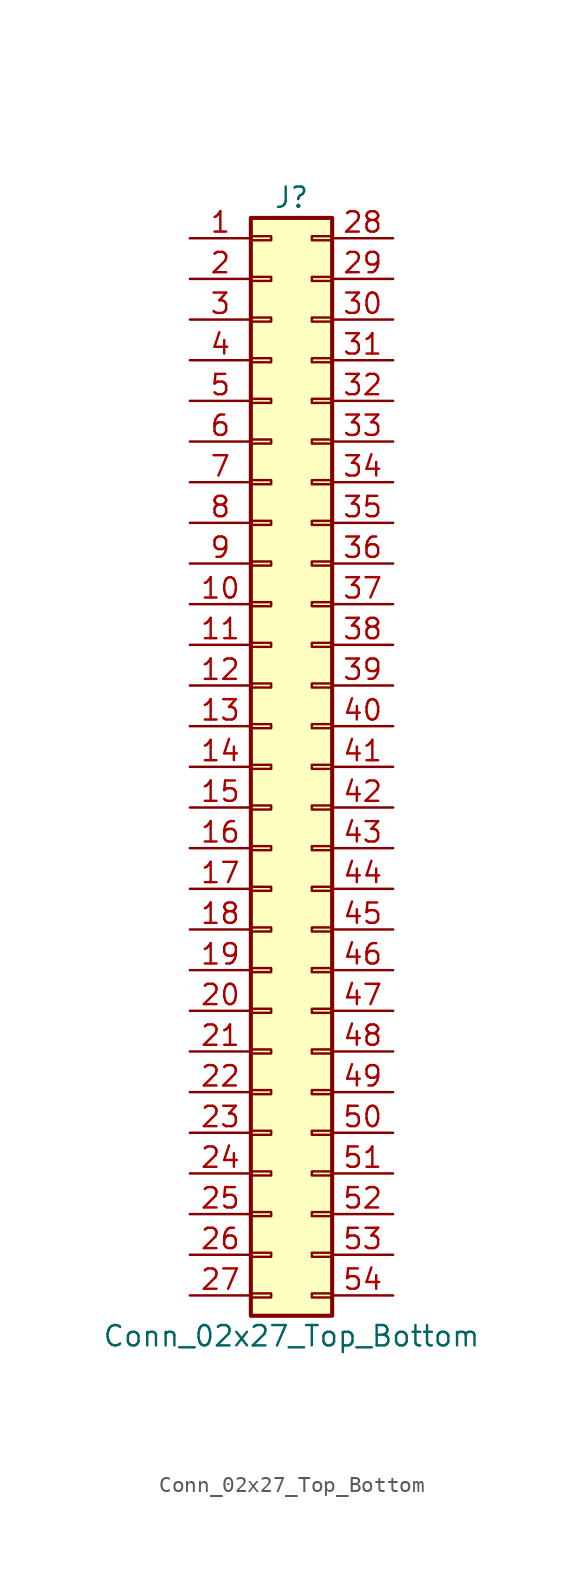
<source format=kicad_sym>
(kicad_symbol_lib
  (version 20201005)
  (generator kicad_symbol_editor)
  (symbol "Conn_02x27_Top_Bottom"
    (pin_names
      (offset 1.016) hide)
    (property "Reference" "J"
      (at 1.27 35.56 0)
      (effects (font (size 1.27 1.27))))
    (property "Value" "Conn_02x27_Top_Bottom"
      (at 1.27 -35.56 0)
      (effects (font (size 1.27 1.27))))
    (symbol "Conn_02x27_Top_Bottom_1_1"
      (rectangle (start -1.27 -32.893) (end 0 -33.147) (stroke (width 0.152)) (fill (type none)))
      (rectangle (start -1.27 -30.353) (end 0 -30.607) (stroke (width 0.152)) (fill (type none)))
      (rectangle (start -1.27 -27.813) (end 0 -28.067) (stroke (width 0.152)) (fill (type none)))
      (rectangle (start -1.27 -25.273) (end 0 -25.527) (stroke (width 0.152)) (fill (type none)))
      (rectangle (start -1.27 -22.733) (end 0 -22.987) (stroke (width 0.152)) (fill (type none)))
      (rectangle (start -1.27 -20.193) (end 0 -20.447) (stroke (width 0.152)) (fill (type none)))
      (rectangle (start -1.27 -17.653) (end 0 -17.907) (stroke (width 0.152)) (fill (type none)))
      (rectangle (start -1.27 -15.113) (end 0 -15.367) (stroke (width 0.152)) (fill (type none)))
      (rectangle (start -1.27 -12.573) (end 0 -12.827) (stroke (width 0.152)) (fill (type none)))
      (rectangle (start -1.27 -10.033) (end 0 -10.287) (stroke (width 0.152)) (fill (type none)))
      (rectangle (start -1.27 -7.493) (end 0 -7.747) (stroke (width 0.152)) (fill (type none)))
      (rectangle (start -1.27 -4.953) (end 0 -5.207) (stroke (width 0.152)) (fill (type none)))
      (rectangle (start -1.27 -2.413) (end 0 -2.667) (stroke (width 0.152)) (fill (type none)))
      (rectangle (start -1.27 0.127) (end 0 -0.127) (stroke (width 0.152)) (fill (type none)))
      (rectangle (start -1.27 2.667) (end 0 2.413) (stroke (width 0.152)) (fill (type none)))
      (rectangle (start -1.27 5.207) (end 0 4.953) (stroke (width 0.152)) (fill (type none)))
      (rectangle (start -1.27 7.747) (end 0 7.493) (stroke (width 0.152)) (fill (type none)))
      (rectangle (start -1.27 10.287) (end 0 10.033) (stroke (width 0.152)) (fill (type none)))
      (rectangle (start -1.27 12.827) (end 0 12.573) (stroke (width 0.152)) (fill (type none)))
      (rectangle (start -1.27 15.367) (end 0 15.113) (stroke (width 0.152)) (fill (type none)))
      (rectangle (start -1.27 17.907) (end 0 17.653) (stroke (width 0.152)) (fill (type none)))
      (rectangle (start -1.27 20.447) (end 0 20.193) (stroke (width 0.152)) (fill (type none)))
      (rectangle (start -1.27 22.987) (end 0 22.733) (stroke (width 0.152)) (fill (type none)))
      (rectangle (start -1.27 25.527) (end 0 25.273) (stroke (width 0.152)) (fill (type none)))
      (rectangle (start -1.27 28.067) (end 0 27.813) (stroke (width 0.152)) (fill (type none)))
      (rectangle (start -1.27 30.607) (end 0 30.353) (stroke (width 0.152)) (fill (type none)))
      (rectangle (start -1.27 33.147) (end 0 32.893) (stroke (width 0.152)) (fill (type none)))
      (rectangle (start 3.81 -32.893) (end 2.54 -33.147) (stroke (width 0.152)) (fill (type none)))
      (rectangle (start 3.81 -30.353) (end 2.54 -30.607) (stroke (width 0.152)) (fill (type none)))
      (rectangle (start 3.81 -27.813) (end 2.54 -28.067) (stroke (width 0.152)) (fill (type none)))
      (rectangle (start 3.81 -25.273) (end 2.54 -25.527) (stroke (width 0.152)) (fill (type none)))
      (rectangle (start 3.81 -22.733) (end 2.54 -22.987) (stroke (width 0.152)) (fill (type none)))
      (rectangle (start 3.81 -20.193) (end 2.54 -20.447) (stroke (width 0.152)) (fill (type none)))
      (rectangle (start 3.81 -17.653) (end 2.54 -17.907) (stroke (width 0.152)) (fill (type none)))
      (rectangle (start 3.81 -15.113) (end 2.54 -15.367) (stroke (width 0.152)) (fill (type none)))
      (rectangle (start 3.81 -12.573) (end 2.54 -12.827) (stroke (width 0.152)) (fill (type none)))
      (rectangle (start 3.81 -10.033) (end 2.54 -10.287) (stroke (width 0.152)) (fill (type none)))
      (rectangle (start 3.81 -7.493) (end 2.54 -7.747) (stroke (width 0.152)) (fill (type none)))
      (rectangle (start 3.81 -4.953) (end 2.54 -5.207) (stroke (width 0.152)) (fill (type none)))
      (rectangle (start 3.81 -2.413) (end 2.54 -2.667) (stroke (width 0.152)) (fill (type none)))
      (rectangle (start 3.81 0.127) (end 2.54 -0.127) (stroke (width 0.152)) (fill (type none)))
      (rectangle (start 3.81 2.667) (end 2.54 2.413) (stroke (width 0.152)) (fill (type none)))
      (rectangle (start 3.81 5.207) (end 2.54 4.953) (stroke (width 0.152)) (fill (type none)))
      (rectangle (start 3.81 7.747) (end 2.54 7.493) (stroke (width 0.152)) (fill (type none)))
      (rectangle (start 3.81 10.287) (end 2.54 10.033) (stroke (width 0.152)) (fill (type none)))
      (rectangle (start 3.81 12.827) (end 2.54 12.573) (stroke (width 0.152)) (fill (type none)))
      (rectangle (start 3.81 15.367) (end 2.54 15.113) (stroke (width 0.152)) (fill (type none)))
      (rectangle (start 3.81 17.907) (end 2.54 17.653) (stroke (width 0.152)) (fill (type none)))
      (rectangle (start 3.81 20.447) (end 2.54 20.193) (stroke (width 0.152)) (fill (type none)))
      (rectangle (start 3.81 22.987) (end 2.54 22.733) (stroke (width 0.152)) (fill (type none)))
      (rectangle (start 3.81 25.527) (end 2.54 25.273) (stroke (width 0.152)) (fill (type none)))
      (rectangle (start 3.81 28.067) (end 2.54 27.813) (stroke (width 0.152)) (fill (type none)))
      (rectangle (start 3.81 30.607) (end 2.54 30.353) (stroke (width 0.152)) (fill (type none)))
      (rectangle (start 3.81 33.147) (end 2.54 32.893) (stroke (width 0.152)) (fill (type none)))
      (rectangle (start -1.27 34.29) (end 3.81 -34.29) (stroke (width 0.254)) (fill (type background)))
      (pin passive line (at -5.08 33.02 0) (length 3.81) (name "Pin_1" (effects (font (size 1.27 1.27)))) (number "1" (effects (font (size 1.27 1.27)))))
      (pin passive line (at -5.08 10.16 0) (length 3.81) (name "Pin_10" (effects (font (size 1.27 1.27)))) (number "10" (effects (font (size 1.27 1.27)))))
      (pin passive line (at -5.08 7.62 0) (length 3.81) (name "Pin_11" (effects (font (size 1.27 1.27)))) (number "11" (effects (font (size 1.27 1.27)))))
      (pin passive line (at -5.08 5.08 0) (length 3.81) (name "Pin_12" (effects (font (size 1.27 1.27)))) (number "12" (effects (font (size 1.27 1.27)))))
      (pin passive line (at -5.08 2.54 0) (length 3.81) (name "Pin_13" (effects (font (size 1.27 1.27)))) (number "13" (effects (font (size 1.27 1.27)))))
      (pin passive line (at -5.08 0 0) (length 3.81) (name "Pin_14" (effects (font (size 1.27 1.27)))) (number "14" (effects (font (size 1.27 1.27)))))
      (pin passive line (at -5.08 -2.54 0) (length 3.81) (name "Pin_15" (effects (font (size 1.27 1.27)))) (number "15" (effects (font (size 1.27 1.27)))))
      (pin passive line (at -5.08 -5.08 0) (length 3.81) (name "Pin_16" (effects (font (size 1.27 1.27)))) (number "16" (effects (font (size 1.27 1.27)))))
      (pin passive line (at -5.08 -7.62 0) (length 3.81) (name "Pin_17" (effects (font (size 1.27 1.27)))) (number "17" (effects (font (size 1.27 1.27)))))
      (pin passive line (at -5.08 -10.16 0) (length 3.81) (name "Pin_18" (effects (font (size 1.27 1.27)))) (number "18" (effects (font (size 1.27 1.27)))))
      (pin passive line (at -5.08 -12.7 0) (length 3.81) (name "Pin_19" (effects (font (size 1.27 1.27)))) (number "19" (effects (font (size 1.27 1.27)))))
      (pin passive line (at -5.08 30.48 0) (length 3.81) (name "Pin_2" (effects (font (size 1.27 1.27)))) (number "2" (effects (font (size 1.27 1.27)))))
      (pin passive line (at -5.08 -15.24 0) (length 3.81) (name "Pin_20" (effects (font (size 1.27 1.27)))) (number "20" (effects (font (size 1.27 1.27)))))
      (pin passive line (at -5.08 -17.78 0) (length 3.81) (name "Pin_21" (effects (font (size 1.27 1.27)))) (number "21" (effects (font (size 1.27 1.27)))))
      (pin passive line (at -5.08 -20.32 0) (length 3.81) (name "Pin_22" (effects (font (size 1.27 1.27)))) (number "22" (effects (font (size 1.27 1.27)))))
      (pin passive line (at -5.08 -22.86 0) (length 3.81) (name "Pin_23" (effects (font (size 1.27 1.27)))) (number "23" (effects (font (size 1.27 1.27)))))
      (pin passive line (at -5.08 -25.4 0) (length 3.81) (name "Pin_24" (effects (font (size 1.27 1.27)))) (number "24" (effects (font (size 1.27 1.27)))))
      (pin passive line (at -5.08 -27.94 0) (length 3.81) (name "Pin_25" (effects (font (size 1.27 1.27)))) (number "25" (effects (font (size 1.27 1.27)))))
      (pin passive line (at -5.08 -30.48 0) (length 3.81) (name "Pin_26" (effects (font (size 1.27 1.27)))) (number "26" (effects (font (size 1.27 1.27)))))
      (pin passive line (at -5.08 -33.02 0) (length 3.81) (name "Pin_27" (effects (font (size 1.27 1.27)))) (number "27" (effects (font (size 1.27 1.27)))))
      (pin passive line (at 7.62 33.02 180) (length 3.81) (name "Pin_28" (effects (font (size 1.27 1.27)))) (number "28" (effects (font (size 1.27 1.27)))))
      (pin passive line (at 7.62 30.48 180) (length 3.81) (name "Pin_29" (effects (font (size 1.27 1.27)))) (number "29" (effects (font (size 1.27 1.27)))))
      (pin passive line (at -5.08 27.94 0) (length 3.81) (name "Pin_3" (effects (font (size 1.27 1.27)))) (number "3" (effects (font (size 1.27 1.27)))))
      (pin passive line (at 7.62 27.94 180) (length 3.81) (name "Pin_30" (effects (font (size 1.27 1.27)))) (number "30" (effects (font (size 1.27 1.27)))))
      (pin passive line (at 7.62 25.4 180) (length 3.81) (name "Pin_31" (effects (font (size 1.27 1.27)))) (number "31" (effects (font (size 1.27 1.27)))))
      (pin passive line (at 7.62 22.86 180) (length 3.81) (name "Pin_32" (effects (font (size 1.27 1.27)))) (number "32" (effects (font (size 1.27 1.27)))))
      (pin passive line (at 7.62 20.32 180) (length 3.81) (name "Pin_33" (effects (font (size 1.27 1.27)))) (number "33" (effects (font (size 1.27 1.27)))))
      (pin passive line (at 7.62 17.78 180) (length 3.81) (name "Pin_34" (effects (font (size 1.27 1.27)))) (number "34" (effects (font (size 1.27 1.27)))))
      (pin passive line (at 7.62 15.24 180) (length 3.81) (name "Pin_35" (effects (font (size 1.27 1.27)))) (number "35" (effects (font (size 1.27 1.27)))))
      (pin passive line (at 7.62 12.7 180) (length 3.81) (name "Pin_36" (effects (font (size 1.27 1.27)))) (number "36" (effects (font (size 1.27 1.27)))))
      (pin passive line (at 7.62 10.16 180) (length 3.81) (name "Pin_37" (effects (font (size 1.27 1.27)))) (number "37" (effects (font (size 1.27 1.27)))))
      (pin passive line (at 7.62 7.62 180) (length 3.81) (name "Pin_38" (effects (font (size 1.27 1.27)))) (number "38" (effects (font (size 1.27 1.27)))))
      (pin passive line (at 7.62 5.08 180) (length 3.81) (name "Pin_39" (effects (font (size 1.27 1.27)))) (number "39" (effects (font (size 1.27 1.27)))))
      (pin passive line (at -5.08 25.4 0) (length 3.81) (name "Pin_4" (effects (font (size 1.27 1.27)))) (number "4" (effects (font (size 1.27 1.27)))))
      (pin passive line (at 7.62 2.54 180) (length 3.81) (name "Pin_40" (effects (font (size 1.27 1.27)))) (number "40" (effects (font (size 1.27 1.27)))))
      (pin passive line (at 7.62 0 180) (length 3.81) (name "Pin_41" (effects (font (size 1.27 1.27)))) (number "41" (effects (font (size 1.27 1.27)))))
      (pin passive line (at 7.62 -2.54 180) (length 3.81) (name "Pin_42" (effects (font (size 1.27 1.27)))) (number "42" (effects (font (size 1.27 1.27)))))
      (pin passive line (at 7.62 -5.08 180) (length 3.81) (name "Pin_43" (effects (font (size 1.27 1.27)))) (number "43" (effects (font (size 1.27 1.27)))))
      (pin passive line (at 7.62 -7.62 180) (length 3.81) (name "Pin_44" (effects (font (size 1.27 1.27)))) (number "44" (effects (font (size 1.27 1.27)))))
      (pin passive line (at 7.62 -10.16 180) (length 3.81) (name "Pin_45" (effects (font (size 1.27 1.27)))) (number "45" (effects (font (size 1.27 1.27)))))
      (pin passive line (at 7.62 -12.7 180) (length 3.81) (name "Pin_46" (effects (font (size 1.27 1.27)))) (number "46" (effects (font (size 1.27 1.27)))))
      (pin passive line (at 7.62 -15.24 180) (length 3.81) (name "Pin_47" (effects (font (size 1.27 1.27)))) (number "47" (effects (font (size 1.27 1.27)))))
      (pin passive line (at 7.62 -17.78 180) (length 3.81) (name "Pin_48" (effects (font (size 1.27 1.27)))) (number "48" (effects (font (size 1.27 1.27)))))
      (pin passive line (at 7.62 -20.32 180) (length 3.81) (name "Pin_49" (effects (font (size 1.27 1.27)))) (number "49" (effects (font (size 1.27 1.27)))))
      (pin passive line (at -5.08 22.86 0) (length 3.81) (name "Pin_5" (effects (font (size 1.27 1.27)))) (number "5" (effects (font (size 1.27 1.27)))))
      (pin passive line (at 7.62 -22.86 180) (length 3.81) (name "Pin_50" (effects (font (size 1.27 1.27)))) (number "50" (effects (font (size 1.27 1.27)))))
      (pin passive line (at 7.62 -25.4 180) (length 3.81) (name "Pin_51" (effects (font (size 1.27 1.27)))) (number "51" (effects (font (size 1.27 1.27)))))
      (pin passive line (at 7.62 -27.94 180) (length 3.81) (name "Pin_52" (effects (font (size 1.27 1.27)))) (number "52" (effects (font (size 1.27 1.27)))))
      (pin passive line (at 7.62 -30.48 180) (length 3.81) (name "Pin_53" (effects (font (size 1.27 1.27)))) (number "53" (effects (font (size 1.27 1.27)))))
      (pin passive line (at 7.62 -33.02 180) (length 3.81) (name "Pin_54" (effects (font (size 1.27 1.27)))) (number "54" (effects (font (size 1.27 1.27)))))
      (pin passive line (at -5.08 20.32 0) (length 3.81) (name "Pin_6" (effects (font (size 1.27 1.27)))) (number "6" (effects (font (size 1.27 1.27)))))
      (pin passive line (at -5.08 17.78 0) (length 3.81) (name "Pin_7" (effects (font (size 1.27 1.27)))) (number "7" (effects (font (size 1.27 1.27)))))
      (pin passive line (at -5.08 15.24 0) (length 3.81) (name "Pin_8" (effects (font (size 1.27 1.27)))) (number "8" (effects (font (size 1.27 1.27)))))
      (pin passive line (at -5.08 12.7 0) (length 3.81) (name "Pin_9" (effects (font (size 1.27 1.27)))) (number "9" (effects (font (size 1.27 1.27))))))))
</source>
